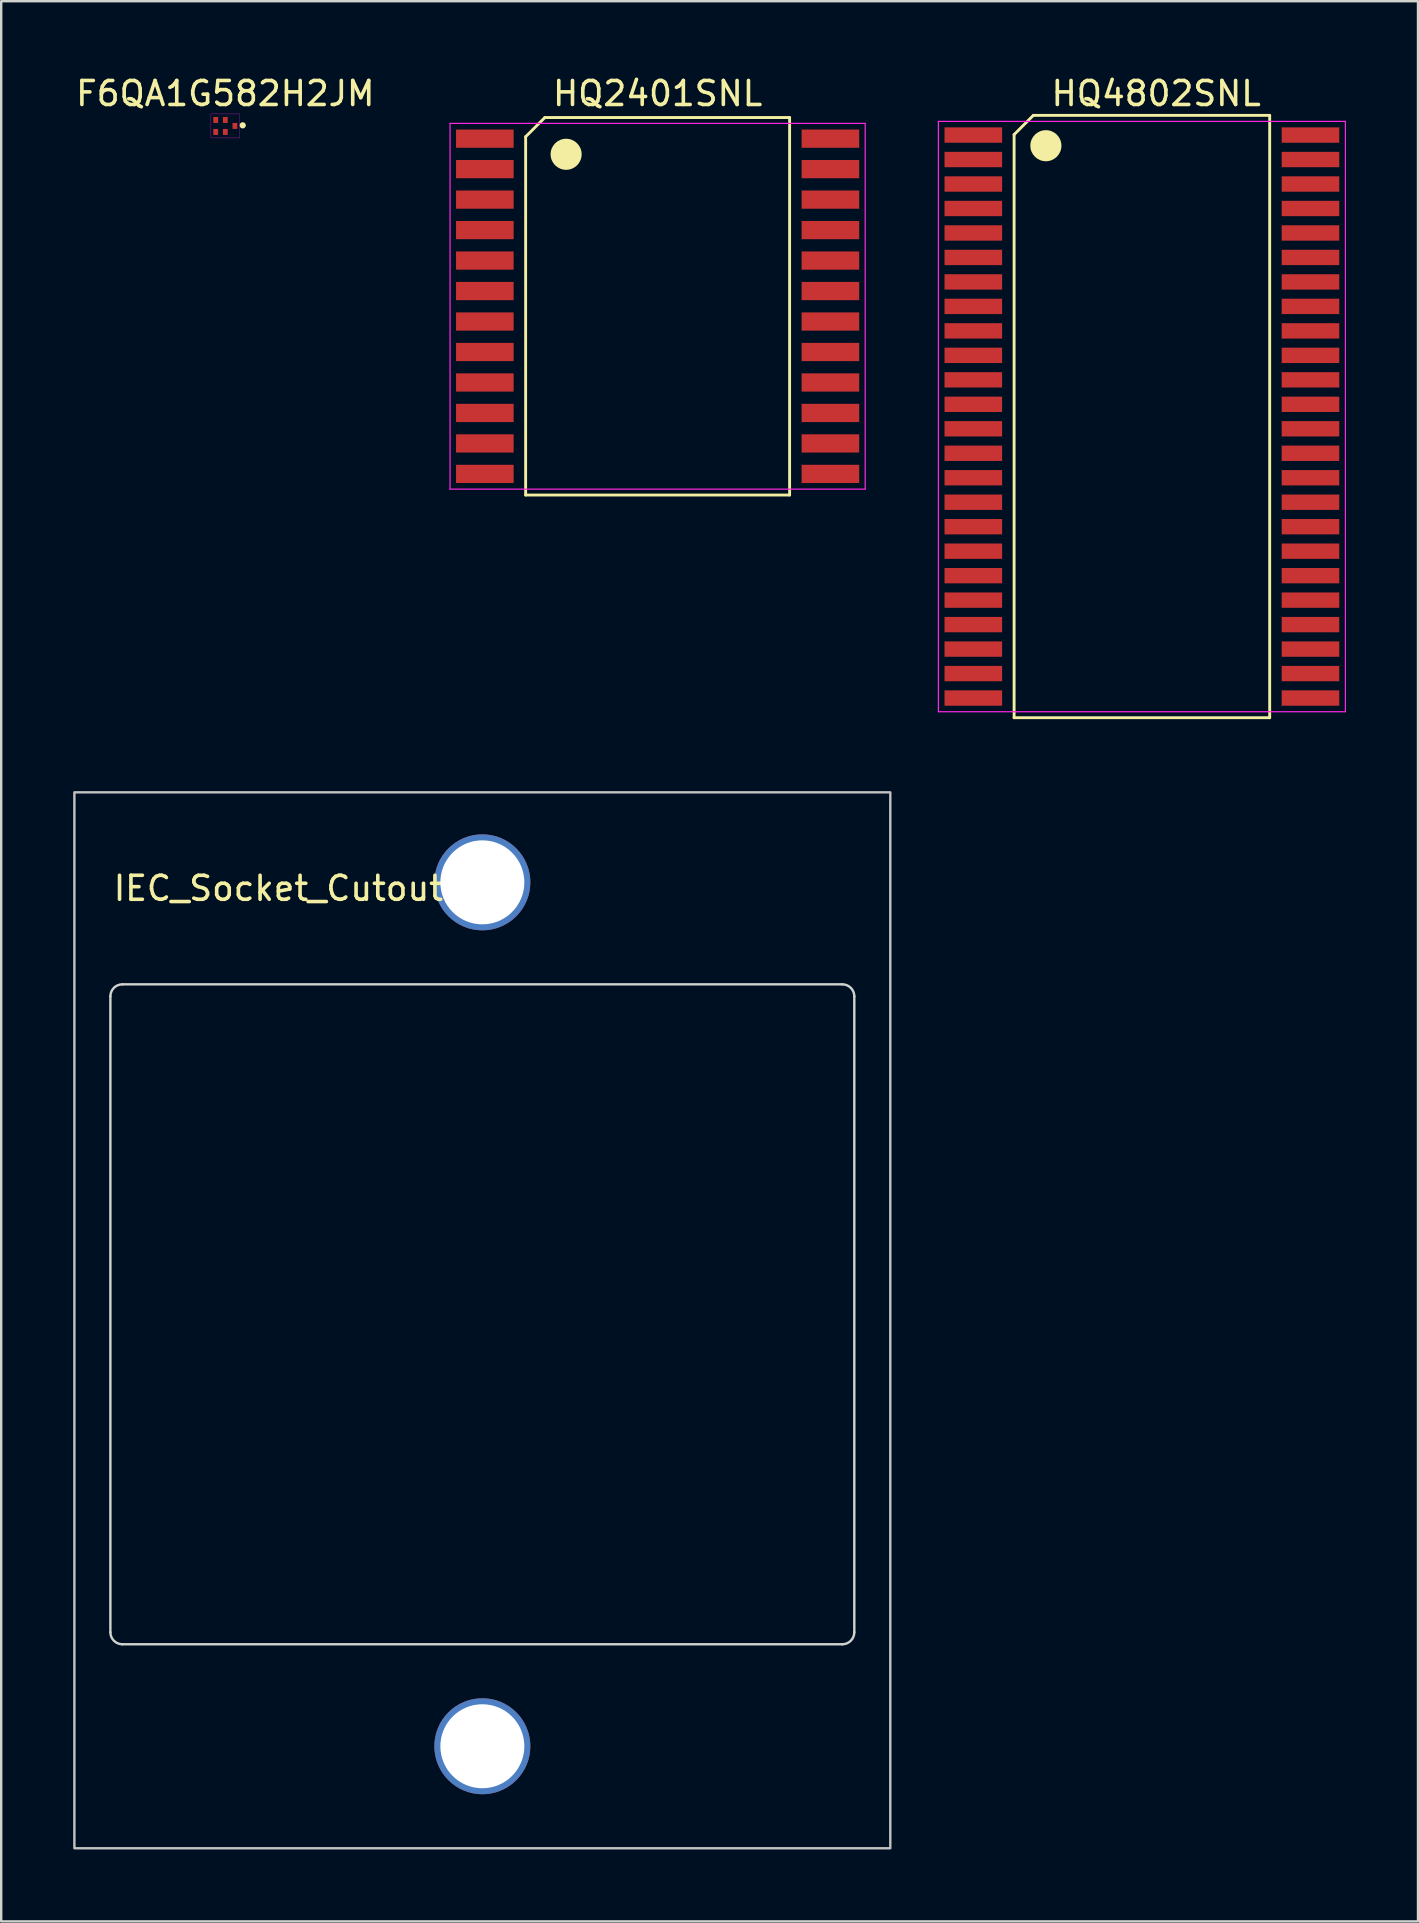
<source format=kicad_pcb>
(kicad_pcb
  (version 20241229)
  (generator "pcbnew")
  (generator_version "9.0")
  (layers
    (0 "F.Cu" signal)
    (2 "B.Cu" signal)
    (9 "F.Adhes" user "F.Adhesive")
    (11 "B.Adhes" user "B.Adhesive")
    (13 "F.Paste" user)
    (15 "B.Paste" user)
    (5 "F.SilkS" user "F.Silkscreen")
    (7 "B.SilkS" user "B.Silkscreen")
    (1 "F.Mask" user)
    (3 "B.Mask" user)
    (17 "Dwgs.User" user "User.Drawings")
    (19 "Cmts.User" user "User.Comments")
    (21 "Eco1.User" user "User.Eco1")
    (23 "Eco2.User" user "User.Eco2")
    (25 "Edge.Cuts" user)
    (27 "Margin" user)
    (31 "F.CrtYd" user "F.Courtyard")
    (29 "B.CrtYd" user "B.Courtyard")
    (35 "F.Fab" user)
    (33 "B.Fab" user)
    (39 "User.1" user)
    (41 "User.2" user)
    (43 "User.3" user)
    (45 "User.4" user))
  (footprint "HQ4802SNL"
    (layer "F.Cu")
    (at 45.129 14.818)
    (property "Reference" "HQ4802SNL" (at 0 -13.97 0) (layer "F.SilkS") (effects (font (size 1 1) (thickness 0.15))))
    (attr through_hole)
    (fp_line (start -5.92 -12.26) (end -5.12 -13.06) (stroke (width 0.12) (type solid)) (layer "F.SilkS"))
    (fp_line (start -5.92 12.04) (end -5.92 -12.26) (stroke (width 0.12) (type solid)) (layer "F.SilkS"))
    (fp_line (start -5.12 -13.06) (end 4.73 -13.06) (stroke (width 0.12) (type solid)) (layer "F.SilkS"))
    (fp_line (start 4.73 -13.06) (end 4.73 12.04) (stroke (width 0.12) (type solid)) (layer "F.SilkS"))
    (fp_line (start 4.73 12.04) (end -5.92 12.04) (stroke (width 0.12) (type solid)) (layer "F.SilkS"))
    (fp_circle (center -4.596 -11.796) (end -4.013 -11.871) (stroke (width 0.12) (type solid)) (fill yes) (layer "F.SilkS"))
    (fp_line (start -9.075 -12.81) (end 7.885 -12.81) (stroke (width 0.05) (type solid)) (layer "F.CrtYd"))
    (fp_line (start -9.075 11.79) (end -9.075 -12.81) (stroke (width 0.05) (type solid)) (layer "F.CrtYd"))
    (fp_line (start 7.885 -12.81) (end 7.885 11.79) (stroke (width 0.05) (type solid)) (layer "F.CrtYd"))
    (fp_line (start 7.885 11.79) (end -9.075 11.79) (stroke (width 0.05) (type solid)) (layer "F.CrtYd"))
    (pad "1" smd rect (at -7.62 -12.24 270) (size 0.64 2.4) (layers "F.Cu" "F.Mask" "F.Paste"))
    (pad "2" smd rect (at -7.62 -11.22 270) (size 0.64 2.4) (layers "F.Cu" "F.Mask" "F.Paste"))
    (pad "3" smd rect (at -7.62 -10.2 270) (size 0.64 2.4) (layers "F.Cu" "F.Mask" "F.Paste"))
    (pad "4" smd rect (at -7.62 -9.18 270) (size 0.64 2.4) (layers "F.Cu" "F.Mask" "F.Paste"))
    (pad "5" smd rect (at -7.62 -8.16 270) (size 0.64 2.4) (layers "F.Cu" "F.Mask" "F.Paste"))
    (pad "6" smd rect (at -7.62 -7.14 270) (size 0.64 2.4) (layers "F.Cu" "F.Mask" "F.Paste"))
    (pad "7" smd rect (at -7.62 -6.12 270) (size 0.64 2.4) (layers "F.Cu" "F.Mask" "F.Paste"))
    (pad "8" smd rect (at -7.62 -5.1 270) (size 0.64 2.4) (layers "F.Cu" "F.Mask" "F.Paste"))
    (pad "9" smd rect (at -7.62 -4.08 270) (size 0.64 2.4) (layers "F.Cu" "F.Mask" "F.Paste"))
    (pad "10" smd rect (at -7.62 -3.06 270) (size 0.64 2.4) (layers "F.Cu" "F.Mask" "F.Paste"))
    (pad "11" smd rect (at -7.62 -2.04 270) (size 0.64 2.4) (layers "F.Cu" "F.Mask" "F.Paste"))
    (pad "12" smd rect (at -7.62 -1.02 270) (size 0.64 2.4) (layers "F.Cu" "F.Mask" "F.Paste"))
    (pad "13" smd rect (at -7.62 0 270) (size 0.64 2.4) (layers "F.Cu" "F.Mask" "F.Paste"))
    (pad "14" smd rect (at -7.62 1.02 270) (size 0.64 2.4) (layers "F.Cu" "F.Mask" "F.Paste"))
    (pad "15" smd rect (at -7.62 2.04 270) (size 0.64 2.4) (layers "F.Cu" "F.Mask" "F.Paste"))
    (pad "16" smd rect (at -7.62 3.06 270) (size 0.64 2.4) (layers "F.Cu" "F.Mask" "F.Paste"))
    (pad "17" smd rect (at -7.62 4.08 270) (size 0.64 2.4) (layers "F.Cu" "F.Mask" "F.Paste"))
    (pad "18" smd rect (at -7.62 5.1 270) (size 0.64 2.4) (layers "F.Cu" "F.Mask" "F.Paste"))
    (pad "19" smd rect (at -7.62 6.12 270) (size 0.64 2.4) (layers "F.Cu" "F.Mask" "F.Paste"))
    (pad "20" smd rect (at -7.62 7.14 270) (size 0.64 2.4) (layers "F.Cu" "F.Mask" "F.Paste"))
    (pad "21" smd rect (at -7.62 8.16 270) (size 0.64 2.4) (layers "F.Cu" "F.Mask" "F.Paste"))
    (pad "22" smd rect (at -7.62 9.18 270) (size 0.64 2.4) (layers "F.Cu" "F.Mask" "F.Paste"))
    (pad "23" smd rect (at -7.62 10.2 270) (size 0.64 2.4) (layers "F.Cu" "F.Mask" "F.Paste"))
    (pad "24" smd rect (at -7.62 11.22 270) (size 0.64 2.4) (layers "F.Cu" "F.Mask" "F.Paste"))
    (pad "25" smd rect (at 6.43 11.22 270) (size 0.64 2.4) (layers "F.Cu" "F.Mask" "F.Paste"))
    (pad "26" smd rect (at 6.43 10.2 270) (size 0.64 2.4) (layers "F.Cu" "F.Mask" "F.Paste"))
    (pad "27" smd rect (at 6.43 9.18 270) (size 0.64 2.4) (layers "F.Cu" "F.Mask" "F.Paste"))
    (pad "28" smd rect (at 6.43 8.16 270) (size 0.64 2.4) (layers "F.Cu" "F.Mask" "F.Paste"))
    (pad "29" smd rect (at 6.43 7.14 270) (size 0.64 2.4) (layers "F.Cu" "F.Mask" "F.Paste"))
    (pad "30" smd rect (at 6.43 6.12 270) (size 0.64 2.4) (layers "F.Cu" "F.Mask" "F.Paste"))
    (pad "31" smd rect (at 6.43 5.1 270) (size 0.64 2.4) (layers "F.Cu" "F.Mask" "F.Paste"))
    (pad "32" smd rect (at 6.43 4.08 270) (size 0.64 2.4) (layers "F.Cu" "F.Mask" "F.Paste"))
    (pad "33" smd rect (at 6.43 3.06 270) (size 0.64 2.4) (layers "F.Cu" "F.Mask" "F.Paste"))
    (pad "34" smd rect (at 6.43 2.04 270) (size 0.64 2.4) (layers "F.Cu" "F.Mask" "F.Paste"))
    (pad "35" smd rect (at 6.43 1.02 270) (size 0.64 2.4) (layers "F.Cu" "F.Mask" "F.Paste"))
    (pad "36" smd rect (at 6.43 0 270) (size 0.64 2.4) (layers "F.Cu" "F.Mask" "F.Paste"))
    (pad "37" smd rect (at 6.43 -1.02 270) (size 0.64 2.4) (layers "F.Cu" "F.Mask" "F.Paste"))
    (pad "38" smd rect (at 6.43 -2.04 270) (size 0.64 2.4) (layers "F.Cu" "F.Mask" "F.Paste"))
    (pad "39" smd rect (at 6.43 -3.06 270) (size 0.64 2.4) (layers "F.Cu" "F.Mask" "F.Paste"))
    (pad "40" smd rect (at 6.43 -4.08 270) (size 0.64 2.4) (layers "F.Cu" "F.Mask" "F.Paste"))
    (pad "41" smd rect (at 6.43 -5.1 270) (size 0.64 2.4) (layers "F.Cu" "F.Mask" "F.Paste"))
    (pad "42" smd rect (at 6.43 -6.12 270) (size 0.64 2.4) (layers "F.Cu" "F.Mask" "F.Paste"))
    (pad "43" smd rect (at 6.43 -7.14 270) (size 0.64 2.4) (layers "F.Cu" "F.Mask" "F.Paste"))
    (pad "44" smd rect (at 6.43 -8.16 270) (size 0.64 2.4) (layers "F.Cu" "F.Mask" "F.Paste"))
    (pad "45" smd rect (at 6.43 -9.18 270) (size 0.64 2.4) (layers "F.Cu" "F.Mask" "F.Paste"))
    (pad "46" smd rect (at 6.43 -10.2 270) (size 0.64 2.4) (layers "F.Cu" "F.Mask" "F.Paste"))
    (pad "47" smd rect (at 6.43 -11.22 270) (size 0.64 2.4) (layers "F.Cu" "F.Mask" "F.Paste"))
    (pad "48" smd rect (at 6.43 -12.24 270) (size 0.64 2.4) (layers "F.Cu" "F.Mask" "F.Paste")))
  (footprint "HQ2401SNL"
    (layer "F.Cu")
    (at 24.774 9.468)
    (property "Reference" "HQ2401SNL" (at -0.42 -8.62 0) (layer "F.SilkS") (effects (font (size 1 1) (thickness 0.15))))
    (attr through_hole)
    (fp_line (start -5.92 -6.82) (end -5.12 -7.62) (stroke (width 0.12) (type solid)) (layer "F.SilkS"))
    (fp_line (start -5.92 8.11) (end -5.92 -6.82) (stroke (width 0.12) (type solid)) (layer "F.SilkS"))
    (fp_line (start -5.12 -7.62) (end 5.08 -7.62) (stroke (width 0.12) (type solid)) (layer "F.SilkS"))
    (fp_line (start 5.08 -7.62) (end 5.08 8.11) (stroke (width 0.12) (type solid)) (layer "F.SilkS"))
    (fp_line (start 5.08 8.11) (end -5.92 8.11) (stroke (width 0.12) (type solid)) (layer "F.SilkS"))
    (fp_circle (center -4.233 -6.089) (end -4.217 -5.502) (stroke (width 0.12) (type solid)) (fill yes) (layer "F.SilkS"))
    (fp_line (start -9.07 -7.375) (end 8.23 -7.375) (stroke (width 0.05) (type solid)) (layer "F.CrtYd"))
    (fp_line (start -9.07 7.865) (end -9.07 -7.375) (stroke (width 0.05) (type solid)) (layer "F.CrtYd"))
    (fp_line (start 8.23 -7.375) (end 8.23 7.865) (stroke (width 0.05) (type solid)) (layer "F.CrtYd"))
    (fp_line (start 8.23 7.865) (end -9.07 7.865) (stroke (width 0.05) (type solid)) (layer "F.CrtYd"))
    (pad "1" smd rect (at -7.62 -6.74 270) (size 0.76 2.4) (layers "F.Cu" "F.Mask" "F.Paste"))
    (pad "2" smd rect (at -7.62 -5.47 270) (size 0.76 2.4) (layers "F.Cu" "F.Mask" "F.Paste"))
    (pad "3" smd rect (at -7.62 -4.2 270) (size 0.76 2.4) (layers "F.Cu" "F.Mask" "F.Paste"))
    (pad "4" smd rect (at -7.62 -2.93 270) (size 0.76 2.4) (layers "F.Cu" "F.Mask" "F.Paste"))
    (pad "5" smd rect (at -7.62 -1.66 270) (size 0.76 2.4) (layers "F.Cu" "F.Mask" "F.Paste"))
    (pad "6" smd rect (at -7.62 -0.39 270) (size 0.76 2.4) (layers "F.Cu" "F.Mask" "F.Paste"))
    (pad "7" smd rect (at -7.62 0.88 270) (size 0.76 2.4) (layers "F.Cu" "F.Mask" "F.Paste"))
    (pad "8" smd rect (at -7.62 2.15 270) (size 0.76 2.4) (layers "F.Cu" "F.Mask" "F.Paste"))
    (pad "9" smd rect (at -7.62 3.42 270) (size 0.76 2.4) (layers "F.Cu" "F.Mask" "F.Paste"))
    (pad "10" smd rect (at -7.62 4.69 270) (size 0.76 2.4) (layers "F.Cu" "F.Mask" "F.Paste"))
    (pad "11" smd rect (at -7.62 5.96 270) (size 0.76 2.4) (layers "F.Cu" "F.Mask" "F.Paste"))
    (pad "12" smd rect (at -7.62 7.23 270) (size 0.76 2.4) (layers "F.Cu" "F.Mask" "F.Paste"))
    (pad "13" smd rect (at 6.78 7.23 270) (size 0.76 2.4) (layers "F.Cu" "F.Mask" "F.Paste"))
    (pad "14" smd rect (at 6.78 5.96 270) (size 0.76 2.4) (layers "F.Cu" "F.Mask" "F.Paste"))
    (pad "15" smd rect (at 6.78 4.69 270) (size 0.76 2.4) (layers "F.Cu" "F.Mask" "F.Paste"))
    (pad "16" smd rect (at 6.78 3.42 270) (size 0.76 2.4) (layers "F.Cu" "F.Mask" "F.Paste"))
    (pad "17" smd rect (at 6.78 2.15 270) (size 0.76 2.4) (layers "F.Cu" "F.Mask" "F.Paste"))
    (pad "18" smd rect (at 6.78 0.88 270) (size 0.76 2.4) (layers "F.Cu" "F.Mask" "F.Paste"))
    (pad "19" smd rect (at 6.78 -0.39 270) (size 0.76 2.4) (layers "F.Cu" "F.Mask" "F.Paste"))
    (pad "20" smd rect (at 6.78 -1.66 270) (size 0.76 2.4) (layers "F.Cu" "F.Mask" "F.Paste"))
    (pad "21" smd rect (at 6.78 -2.93 270) (size 0.76 2.4) (layers "F.Cu" "F.Mask" "F.Paste"))
    (pad "22" smd rect (at 6.78 -4.2 270) (size 0.76 2.4) (layers "F.Cu" "F.Mask" "F.Paste"))
    (pad "23" smd rect (at 6.78 -5.47 270) (size 0.76 2.4) (layers "F.Cu" "F.Mask" "F.Paste"))
    (pad "24" smd rect (at 6.78 -6.74 270) (size 0.76 2.4) (layers "F.Cu" "F.Mask" "F.Paste")))
  (footprint "IEC_Socket_Cutout"
    (layer "F.Cu")
    (at 17.05 51.968)
    (property "Reference" "IEC_Socket_Cutout" (at -8.5 -18 0) (unlocked yes) (layer "F.SilkS") (effects (font (size 1 1) (thickness 0.15))))
    (fp_rect (start -17 -22) (end 17 22) (stroke (width 0.1) (type solid)) (fill no) (layer "Dwgs.User"))
    (fp_line (start -15.5 13) (end -15.5 -13.5) (stroke (width 0.1) (type solid)) (layer "Edge.Cuts"))
    (fp_line (start -15 -14) (end 15 -14) (stroke (width 0.1) (type solid)) (layer "Edge.Cuts"))
    (fp_line (start 15 13.5) (end -15 13.5) (stroke (width 0.1) (type solid)) (layer "Edge.Cuts"))
    (fp_line (start 15.5 -13.5) (end 15.5 13) (stroke (width 0.1) (type solid)) (layer "Edge.Cuts"))
    (fp_arc (start -15.5 -13.5) (mid -15.353553 -13.853553) (end -15 -14) (stroke (width 0.1) (type solid)) (layer "Edge.Cuts"))
    (fp_arc (start -15 13.5) (mid -15.353553 13.353553) (end -15.5 13) (stroke (width 0.1) (type solid)) (layer "Edge.Cuts"))
    (fp_arc (start 15 -14) (mid 15.353553 -13.853553) (end 15.5 -13.5) (stroke (width 0.1) (type solid)) (layer "Edge.Cuts"))
    (fp_arc (start 15.5 13) (mid 15.353553 13.353553) (end 15 13.5) (stroke (width 0.1) (type solid)) (layer "Edge.Cuts"))
    (pad "" np_thru_hole circle (at 0 -18.25) (size 4 4) (drill 3.5) (layers "*.Cu" "*.Mask"))
    (pad "" np_thru_hole circle (at 0 17.75) (size 4 4) (drill 3.5) (layers "*.Cu" "*.Mask")))
  (footprint "F6QA1G582H2JM"
    (layer "F.Cu")
    (at 6.339 2.323)
    (property "Reference" "F6QA1G582H2JM" (at 0 -1.475 0) (unlocked yes) (layer "F.SilkS") (effects (font (size 1 1) (thickness 0.15))))
    (fp_circle (center 0.725 -0.15) (end 0.85 -0.15) (stroke (width 0.01) (type solid)) (fill yes) (layer "F.SilkS"))
    (fp_rect (start -0.6 -0.625) (end 0.6 0.375) (stroke (width 0.01) (type solid)) (fill no) (layer "F.CrtYd"))
    (pad "1" smd rect (at 0.4 -0.125) (size 0.2 0.25) (layers "F.Cu" "F.Mask" "F.Paste"))
    (pad "2" smd rect (at 0 0.125) (size 0.2 0.25) (layers "F.Cu" "F.Mask" "F.Paste"))
    (pad "3" smd rect (at -0.4 0.125) (size 0.2 0.25) (layers "F.Cu" "F.Mask" "F.Paste"))
    (pad "4" smd rect (at -0.4 -0.375) (size 0.2 0.25) (layers "F.Cu" "F.Mask" "F.Paste"))
    (pad "5" smd rect (at 0 -0.375) (size 0.2 0.25) (layers "F.Cu" "F.Mask" "F.Paste"))
    (zone (net_name "") (layer "F.Cu") (hatch edge 0.508) (connect_pads) (min_thickness 0.254) (filled_areas_thickness no) (keepout (tracks allowed) (vias allowed) (pads allowed) (copperpour not_allowed) (footprints allowed)) (placement (enabled no)) (fill) (polygon (pts (xy 6.964 2.723) (xy 5.714 2.723) (xy 5.714 1.673) (xy 6.964 1.673)))))
  (gr_rect
    (start -3 -3)
    (end 56.039 77.018)
    (stroke (width 0.1) (type default))
    (fill no)
    (layer "Edge.Cuts")))
</source>
